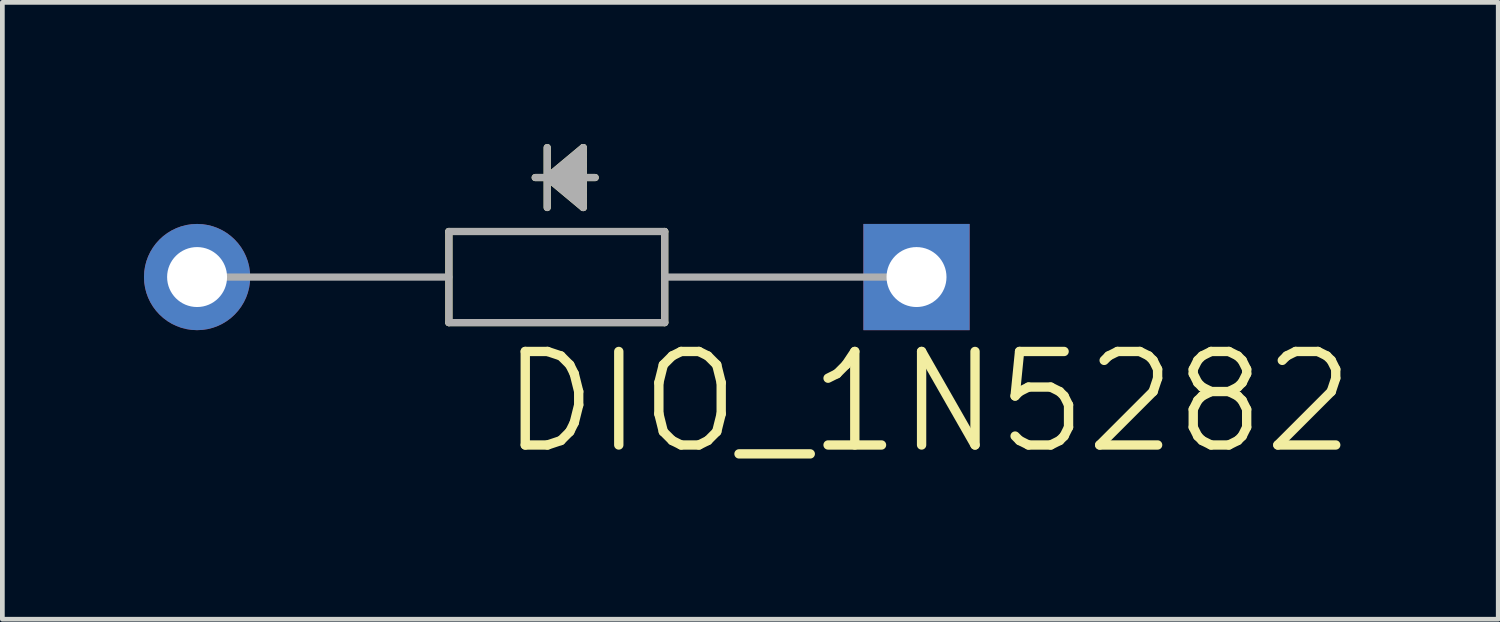
<source format=kicad_pcb>
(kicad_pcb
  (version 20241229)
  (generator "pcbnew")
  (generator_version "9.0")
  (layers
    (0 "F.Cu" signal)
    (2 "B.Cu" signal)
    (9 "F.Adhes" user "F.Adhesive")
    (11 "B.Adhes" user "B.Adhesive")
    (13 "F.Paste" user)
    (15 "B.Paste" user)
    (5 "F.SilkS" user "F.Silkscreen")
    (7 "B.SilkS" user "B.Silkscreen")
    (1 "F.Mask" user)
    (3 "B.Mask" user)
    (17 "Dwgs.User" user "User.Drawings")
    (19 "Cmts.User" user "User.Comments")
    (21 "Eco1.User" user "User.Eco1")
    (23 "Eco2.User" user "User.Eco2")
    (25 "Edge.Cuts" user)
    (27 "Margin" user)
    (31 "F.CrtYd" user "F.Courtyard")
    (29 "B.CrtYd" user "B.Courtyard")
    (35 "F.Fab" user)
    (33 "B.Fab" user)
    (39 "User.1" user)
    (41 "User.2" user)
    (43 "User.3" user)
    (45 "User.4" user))
  (footprint "DIO_1N5282"
    (layer "F.Cu")
    (at 13.825 2.819)
    (property "Reference" "DIO_1N5282" (at -6.35 3.81 180) (layer "F.SilkS") (effects (font (size 1.981 1.981) (thickness 0.198)) (justify left bottom)))
    (attr through_hole)
    (fp_line (start -7.366 -0.965) (end -7.366 0.965) (stroke (width 0.152) (type solid)) (layer "F.SilkS"))
    (fp_line (start -7.366 0.965) (end -2.794 0.965) (stroke (width 0.152) (type solid)) (layer "F.SilkS"))
    (fp_line (start -5.283 -2.743) (end -5.283 -2.108) (stroke (width 0.152) (type solid)) (layer "F.SilkS"))
    (fp_line (start -5.283 -2.108) (end -5.537 -2.108) (stroke (width 0.152) (type solid)) (layer "F.SilkS"))
    (fp_line (start -5.283 -2.108) (end -5.283 -1.473) (stroke (width 0.152) (type solid)) (layer "F.SilkS"))
    (fp_line (start -5.283 -2.108) (end -4.521 -2.743) (stroke (width 0.152) (type solid)) (layer "F.SilkS"))
    (fp_line (start -5.283 -2.108) (end -4.521 -2.616) (stroke (width 0.152) (type solid)) (layer "F.SilkS"))
    (fp_line (start -5.283 -2.108) (end -4.521 -2.489) (stroke (width 0.152) (type solid)) (layer "F.SilkS"))
    (fp_line (start -5.283 -2.108) (end -4.521 -2.362) (stroke (width 0.152) (type solid)) (layer "F.SilkS"))
    (fp_line (start -5.283 -2.108) (end -4.521 -2.235) (stroke (width 0.152) (type solid)) (layer "F.SilkS"))
    (fp_line (start -5.283 -2.108) (end -4.521 -1.981) (stroke (width 0.152) (type solid)) (layer "F.SilkS"))
    (fp_line (start -5.283 -2.108) (end -4.521 -1.854) (stroke (width 0.152) (type solid)) (layer "F.SilkS"))
    (fp_line (start -5.283 -2.108) (end -4.521 -1.727) (stroke (width 0.152) (type solid)) (layer "F.SilkS"))
    (fp_line (start -5.283 -2.108) (end -4.521 -1.6) (stroke (width 0.152) (type solid)) (layer "F.SilkS"))
    (fp_line (start -5.283 -2.108) (end -4.521 -1.473) (stroke (width 0.152) (type solid)) (layer "F.SilkS"))
    (fp_line (start -4.521 -2.743) (end -4.521 -1.473) (stroke (width 0.152) (type solid)) (layer "F.SilkS"))
    (fp_line (start -4.267 -2.108) (end -5.283 -2.108) (stroke (width 0.152) (type solid)) (layer "F.SilkS"))
    (fp_line (start -2.794 -0.965) (end -7.366 -0.965) (stroke (width 0.152) (type solid)) (layer "F.SilkS"))
    (fp_line (start -2.794 0.965) (end -2.794 -0.965) (stroke (width 0.152) (type solid)) (layer "F.SilkS"))
    (fp_line (start -12.7 0) (end -7.366 0) (stroke (width 0.152) (type solid)) (layer "F.Fab"))
    (fp_line (start -7.366 -0.965) (end -7.366 0.965) (stroke (width 0.152) (type solid)) (layer "F.Fab"))
    (fp_line (start -7.366 0.965) (end -2.794 0.965) (stroke (width 0.152) (type solid)) (layer "F.Fab"))
    (fp_line (start -5.283 -2.743) (end -5.283 -2.108) (stroke (width 0.152) (type solid)) (layer "F.Fab"))
    (fp_line (start -5.283 -2.108) (end -5.537 -2.108) (stroke (width 0.152) (type solid)) (layer "F.Fab"))
    (fp_line (start -5.283 -2.108) (end -5.283 -1.473) (stroke (width 0.152) (type solid)) (layer "F.Fab"))
    (fp_line (start -5.283 -2.108) (end -4.521 -2.743) (stroke (width 0.152) (type solid)) (layer "F.Fab"))
    (fp_line (start -5.283 -2.108) (end -4.521 -2.616) (stroke (width 0.152) (type solid)) (layer "F.Fab"))
    (fp_line (start -5.283 -2.108) (end -4.521 -2.489) (stroke (width 0.152) (type solid)) (layer "F.Fab"))
    (fp_line (start -5.283 -2.108) (end -4.521 -2.362) (stroke (width 0.152) (type solid)) (layer "F.Fab"))
    (fp_line (start -5.283 -2.108) (end -4.521 -2.235) (stroke (width 0.152) (type solid)) (layer "F.Fab"))
    (fp_line (start -5.283 -2.108) (end -4.521 -1.981) (stroke (width 0.152) (type solid)) (layer "F.Fab"))
    (fp_line (start -5.283 -2.108) (end -4.521 -1.854) (stroke (width 0.152) (type solid)) (layer "F.Fab"))
    (fp_line (start -5.283 -2.108) (end -4.521 -1.727) (stroke (width 0.152) (type solid)) (layer "F.Fab"))
    (fp_line (start -5.283 -2.108) (end -4.521 -1.6) (stroke (width 0.152) (type solid)) (layer "F.Fab"))
    (fp_line (start -5.283 -2.108) (end -4.521 -1.473) (stroke (width 0.152) (type solid)) (layer "F.Fab"))
    (fp_line (start -4.521 -2.743) (end -4.521 -1.473) (stroke (width 0.152) (type solid)) (layer "F.Fab"))
    (fp_line (start -4.267 -2.108) (end -5.283 -2.108) (stroke (width 0.152) (type solid)) (layer "F.Fab"))
    (fp_line (start -2.794 -0.965) (end -7.366 -0.965) (stroke (width 0.152) (type solid)) (layer "F.Fab"))
    (fp_line (start -2.794 0.965) (end -2.794 -0.965) (stroke (width 0.152) (type solid)) (layer "F.Fab"))
    (fp_line (start 2.54 0) (end -2.794 0) (stroke (width 0.152) (type solid)) (layer "F.Fab"))
    (pad "1" thru_hole circle (at -12.7 0) (size 2.25 2.25) (drill 1.27) (layers "*.Cu" "*.Mask"))
    (pad "2" thru_hole rect (at 2.54 0 180) (size 2.25 2.25) (drill 1.27) (layers "*.Cu" "*.Mask")))
  (gr_rect
    (start -3 -3)
    (end 28.688 10.067)
    (stroke (width 0.1) (type default))
    (fill no)
    (layer "Edge.Cuts")))
</source>
